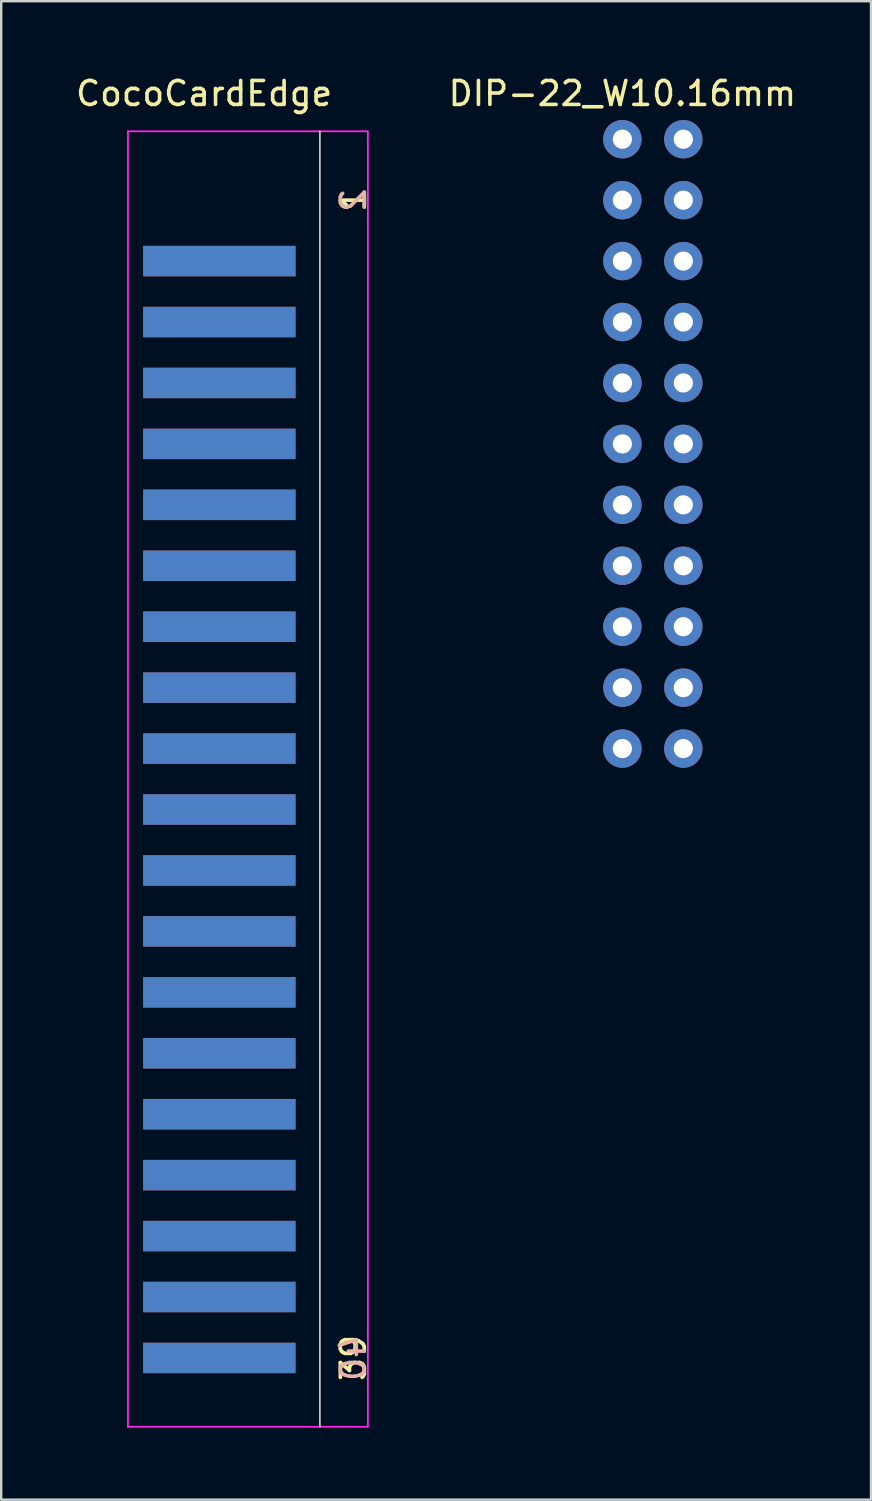
<source format=kicad_pcb>
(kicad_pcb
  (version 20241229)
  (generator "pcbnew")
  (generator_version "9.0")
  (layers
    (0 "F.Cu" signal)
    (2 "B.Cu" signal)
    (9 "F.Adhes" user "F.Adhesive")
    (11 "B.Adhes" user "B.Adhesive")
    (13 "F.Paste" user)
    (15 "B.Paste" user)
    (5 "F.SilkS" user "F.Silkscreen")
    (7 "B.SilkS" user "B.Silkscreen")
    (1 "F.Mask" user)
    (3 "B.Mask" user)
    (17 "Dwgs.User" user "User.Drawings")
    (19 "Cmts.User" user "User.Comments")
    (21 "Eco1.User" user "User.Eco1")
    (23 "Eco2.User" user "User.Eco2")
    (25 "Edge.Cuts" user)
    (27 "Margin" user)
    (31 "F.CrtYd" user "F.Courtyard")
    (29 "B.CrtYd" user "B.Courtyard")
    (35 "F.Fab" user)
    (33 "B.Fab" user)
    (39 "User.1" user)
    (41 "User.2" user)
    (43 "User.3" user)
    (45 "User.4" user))
  (footprint "CocoCardEdge"
    (layer "F.Cu")
    (at 2.283 29.423)
    (property "Reference" "CocoCardEdge" (at 3.175 -28.575 0) (layer "F.SilkS") (effects (font (size 1 1) (thickness 0.15))))
    (attr through_hole)
    (fp_line (start 8 27) (end 8 -27) (stroke (width 0.075) (type solid)) (layer "Dwgs.User"))
    (fp_line (start 0 -27) (end 0 27) (stroke (width 0.075) (type solid)) (layer "F.CrtYd"))
    (fp_line (start 10 -27) (end 0 -27) (stroke (width 0.075) (type solid)) (layer "F.CrtYd"))
    (fp_line (start 10 -27) (end 10 27) (stroke (width 0.075) (type solid)) (layer "F.CrtYd"))
    (fp_line (start 10 27) (end 0 27) (stroke (width 0.075) (type solid)) (layer "F.CrtYd"))
    (fp_text user "1" (at 9.398 -24.13 90) (layer "F.SilkS") (effects (font (size 1 1) (thickness 0.15))))
    (fp_text user "39" (at 9.398 24.13 90) (layer "F.SilkS") (effects (font (size 1 1) (thickness 0.15))))
    (fp_text user "2" (at 9.398 -24.13 90) (layer "B.SilkS") (effects (font (size 1 1) (thickness 0.15)) (justify mirror)))
    (fp_text user "40" (at 9.398 24.13 90) (layer "B.SilkS") (effects (font (size 1 1) (thickness 0.15)) (justify mirror)))
    (pad "" connect rect (at 3.81 -24.13) (size 6.35 1.27) (layers "F.Mask"))
    (pad "" connect rect (at 3.81 -24.13) (size 6.35 1.27) (layers "B.Mask"))
    (pad "3" connect rect (at 3.81 -21.59) (size 6.35 1.27) (layers "F.Cu" "F.Mask"))
    (pad "4" connect rect (at 3.81 -21.59) (size 6.35 1.27) (layers "B.Cu" "B.Mask"))
    (pad "5" connect rect (at 3.81 -19.05) (size 6.35 1.27) (layers "F.Cu" "F.Mask"))
    (pad "6" connect rect (at 3.81 -19.05) (size 6.35 1.27) (layers "B.Cu" "B.Mask"))
    (pad "7" connect rect (at 3.81 -16.51) (size 6.35 1.27) (layers "F.Cu" "F.Mask"))
    (pad "8" connect rect (at 3.81 -16.51) (size 6.35 1.27) (layers "B.Cu" "B.Mask"))
    (pad "9" connect rect (at 3.81 -13.97) (size 6.35 1.27) (layers "F.Cu" "F.Mask"))
    (pad "10" connect rect (at 3.81 -13.97) (size 6.35 1.27) (layers "B.Cu" "B.Mask"))
    (pad "11" connect rect (at 3.81 -11.43) (size 6.35 1.27) (layers "F.Cu" "F.Mask"))
    (pad "12" connect rect (at 3.81 -11.43) (size 6.35 1.27) (layers "B.Cu" "B.Mask"))
    (pad "13" connect rect (at 3.81 -8.89) (size 6.35 1.27) (layers "F.Cu" "F.Mask"))
    (pad "14" connect rect (at 3.81 -8.89) (size 6.35 1.27) (layers "B.Cu" "B.Mask"))
    (pad "15" connect rect (at 3.81 -6.35) (size 6.35 1.27) (layers "F.Cu" "F.Mask"))
    (pad "16" connect rect (at 3.81 -6.35) (size 6.35 1.27) (layers "B.Cu" "B.Mask"))
    (pad "17" connect rect (at 3.81 -3.81) (size 6.35 1.27) (layers "F.Cu" "F.Mask"))
    (pad "18" connect rect (at 3.81 -3.81) (size 6.35 1.27) (layers "B.Cu" "B.Mask"))
    (pad "19" connect rect (at 3.81 -1.27) (size 6.35 1.27) (layers "F.Cu" "F.Mask"))
    (pad "20" connect rect (at 3.81 -1.27) (size 6.35 1.27) (layers "B.Cu" "B.Mask"))
    (pad "21" connect rect (at 3.81 1.27) (size 6.35 1.27) (layers "F.Cu" "F.Mask"))
    (pad "22" connect rect (at 3.81 1.27) (size 6.35 1.27) (layers "B.Cu" "B.Mask"))
    (pad "23" connect rect (at 3.81 3.81) (size 6.35 1.27) (layers "F.Cu" "F.Mask"))
    (pad "24" connect rect (at 3.81 3.81) (size 6.35 1.27) (layers "B.Cu" "B.Mask"))
    (pad "25" connect rect (at 3.81 6.35) (size 6.35 1.27) (layers "F.Cu" "F.Mask"))
    (pad "26" connect rect (at 3.81 6.35) (size 6.35 1.27) (layers "B.Cu" "B.Mask"))
    (pad "27" connect rect (at 3.81 8.89) (size 6.35 1.27) (layers "F.Cu" "F.Mask"))
    (pad "28" connect rect (at 3.81 8.89) (size 6.35 1.27) (layers "B.Cu" "B.Mask"))
    (pad "29" connect rect (at 3.81 11.43) (size 6.35 1.27) (layers "F.Cu" "F.Mask"))
    (pad "30" connect rect (at 3.81 11.43) (size 6.35 1.27) (layers "B.Cu" "B.Mask"))
    (pad "31" connect rect (at 3.81 13.97) (size 6.35 1.27) (layers "F.Cu" "F.Mask"))
    (pad "32" connect rect (at 3.81 13.97) (size 6.35 1.27) (layers "B.Cu" "B.Mask"))
    (pad "33" connect rect (at 3.81 16.51) (size 6.35 1.27) (layers "F.Cu" "F.Mask"))
    (pad "34" connect rect (at 3.81 16.51) (size 6.35 1.27) (layers "B.Cu" "B.Mask"))
    (pad "35" connect rect (at 3.81 19.05) (size 6.35 1.27) (layers "F.Cu" "F.Mask"))
    (pad "36" connect rect (at 3.81 19.05) (size 6.35 1.27) (layers "B.Cu" "B.Mask"))
    (pad "37" connect rect (at 3.81 21.59) (size 6.35 1.27) (layers "F.Cu" "F.Mask"))
    (pad "38" connect rect (at 3.81 21.59) (size 6.35 1.27) (layers "B.Cu" "B.Mask"))
    (pad "39" connect rect (at 3.81 24.13) (size 6.35 1.27) (layers "F.Cu" "F.Mask"))
    (pad "40" connect rect (at 3.81 24.13) (size 6.35 1.27) (layers "B.Cu" "B.Mask")))
  (footprint "DIP-22_W10.16mm"
    (layer "F.Cu")
    (at 22.893 2.753)
    (property "Reference" "DIP-22_W10.16mm" (at 0 -1.905 0) (layer "F.SilkS") (effects (font (size 1 1) (thickness 0.15))))
    (attr through_hole)
    (pad "1" thru_hole oval (at 0 0) (size 1.6 1.6) (drill 0.8) (layers "*.Cu" "*.Mask"))
    (pad "1" thru_hole oval (at 2.54 0) (size 1.6 1.6) (drill 0.8) (layers "*.Cu" "*.Mask"))
    (pad "2" thru_hole oval (at 0 2.54) (size 1.6 1.6) (drill 0.8) (layers "*.Cu" "*.Mask"))
    (pad "2" thru_hole oval (at 2.54 2.54) (size 1.6 1.6) (drill 0.8) (layers "*.Cu" "*.Mask"))
    (pad "3" thru_hole oval (at 0 5.08) (size 1.6 1.6) (drill 0.8) (layers "*.Cu" "*.Mask"))
    (pad "3" thru_hole oval (at 2.54 5.08) (size 1.6 1.6) (drill 0.8) (layers "*.Cu" "*.Mask"))
    (pad "4" thru_hole oval (at 0 7.62) (size 1.6 1.6) (drill 0.8) (layers "*.Cu" "*.Mask"))
    (pad "4" thru_hole oval (at 2.54 7.62) (size 1.6 1.6) (drill 0.8) (layers "*.Cu" "*.Mask"))
    (pad "5" thru_hole oval (at 0 10.16) (size 1.6 1.6) (drill 0.8) (layers "*.Cu" "*.Mask"))
    (pad "5" thru_hole oval (at 2.54 10.16) (size 1.6 1.6) (drill 0.8) (layers "*.Cu" "*.Mask"))
    (pad "6" thru_hole oval (at 0 12.7) (size 1.6 1.6) (drill 0.8) (layers "*.Cu" "*.Mask"))
    (pad "6" thru_hole oval (at 2.54 12.7) (size 1.6 1.6) (drill 0.8) (layers "*.Cu" "*.Mask"))
    (pad "7" thru_hole oval (at 0 15.24) (size 1.6 1.6) (drill 0.8) (layers "*.Cu" "*.Mask"))
    (pad "7" thru_hole oval (at 2.54 15.24) (size 1.6 1.6) (drill 0.8) (layers "*.Cu" "*.Mask"))
    (pad "8" thru_hole oval (at 0 17.78) (size 1.6 1.6) (drill 0.8) (layers "*.Cu" "*.Mask"))
    (pad "8" thru_hole oval (at 2.54 17.78) (size 1.6 1.6) (drill 0.8) (layers "*.Cu" "*.Mask"))
    (pad "9" thru_hole oval (at 0 20.32) (size 1.6 1.6) (drill 0.8) (layers "*.Cu" "*.Mask"))
    (pad "9" thru_hole oval (at 2.54 20.32) (size 1.6 1.6) (drill 0.8) (layers "*.Cu" "*.Mask"))
    (pad "10" thru_hole oval (at 0 22.86) (size 1.6 1.6) (drill 0.8) (layers "*.Cu" "*.Mask"))
    (pad "10" thru_hole oval (at 2.54 22.86) (size 1.6 1.6) (drill 0.8) (layers "*.Cu" "*.Mask"))
    (pad "11" thru_hole oval (at 0 25.4) (size 1.6 1.6) (drill 0.8) (layers "*.Cu" "*.Mask"))
    (pad "11" thru_hole oval (at 2.54 25.4) (size 1.6 1.6) (drill 0.8) (layers "*.Cu" "*.Mask")))
  (gr_rect
    (start -3 -3)
    (end 33.256 59.461)
    (stroke (width 0.1) (type default))
    (fill no)
    (layer "Edge.Cuts")))
</source>
